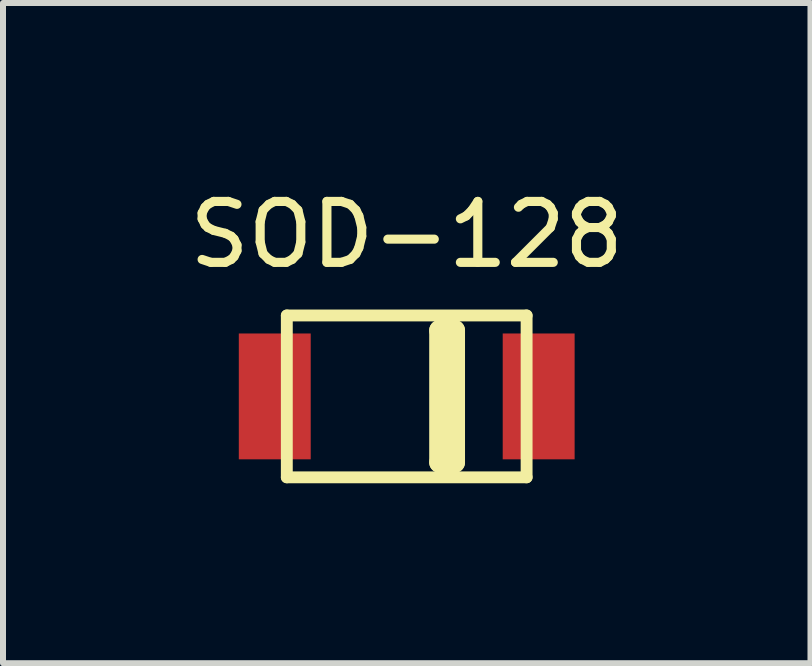
<source format=kicad_pcb>
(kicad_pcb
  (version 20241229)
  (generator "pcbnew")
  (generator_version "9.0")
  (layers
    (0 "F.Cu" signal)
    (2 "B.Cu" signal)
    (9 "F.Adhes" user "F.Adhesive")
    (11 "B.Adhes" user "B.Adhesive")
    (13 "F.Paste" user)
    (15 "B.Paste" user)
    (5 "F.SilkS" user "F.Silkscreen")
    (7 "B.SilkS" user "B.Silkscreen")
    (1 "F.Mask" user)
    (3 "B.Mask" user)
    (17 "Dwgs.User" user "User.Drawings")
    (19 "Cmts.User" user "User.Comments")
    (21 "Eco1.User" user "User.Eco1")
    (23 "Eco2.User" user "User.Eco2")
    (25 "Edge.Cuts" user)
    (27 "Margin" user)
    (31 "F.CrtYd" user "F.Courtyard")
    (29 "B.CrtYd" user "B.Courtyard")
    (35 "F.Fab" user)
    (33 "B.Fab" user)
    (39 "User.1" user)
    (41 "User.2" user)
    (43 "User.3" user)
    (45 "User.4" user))
  (footprint "SOD-128"
    (layer "F.Cu")
    (at 3.731 3.559)
    (property "Reference" "SOD-128" (at 0 -2.697 0) (layer "F.SilkS") (effects (font (size 1.016 1.016) (thickness 0.152))))
    (attr through_hole)
    (fp_line (start -1.999 -1.349) (end 1.999 -1.349) (stroke (width 0.198) (type solid)) (layer "F.SilkS"))
    (fp_line (start -1.999 1.349) (end -1.999 -1.349) (stroke (width 0.198) (type solid)) (layer "F.SilkS"))
    (fp_line (start 0.549 -1.1) (end 0.798 -1.1) (stroke (width 0.348) (type solid)) (layer "F.SilkS"))
    (fp_line (start 0.549 1.1) (end 0.549 -1.1) (stroke (width 0.348) (type solid)) (layer "F.SilkS"))
    (fp_line (start 0.798 -1.1) (end 0.798 1.1) (stroke (width 0.348) (type solid)) (layer "F.SilkS"))
    (fp_line (start 0.798 1.1) (end 0.549 1.1) (stroke (width 0.348) (type solid)) (layer "F.SilkS"))
    (fp_line (start 1.999 -1.349) (end 1.999 1.349) (stroke (width 0.198) (type solid)) (layer "F.SilkS"))
    (fp_line (start 1.999 1.349) (end -1.999 1.349) (stroke (width 0.198) (type solid)) (layer "F.SilkS"))
    (pad "1" smd rect (at 2.2 0) (size 1.199 2.098) (layers "*.Mask" "F.Cu"))
    (pad "2" smd rect (at -2.2 0) (size 1.199 2.098) (layers "*.Mask" "F.Cu")))
  (gr_rect
    (start -3 -3)
    (end 10.463 8.007)
    (stroke (width 0.1) (type default))
    (fill no)
    (layer "Edge.Cuts")))
</source>
